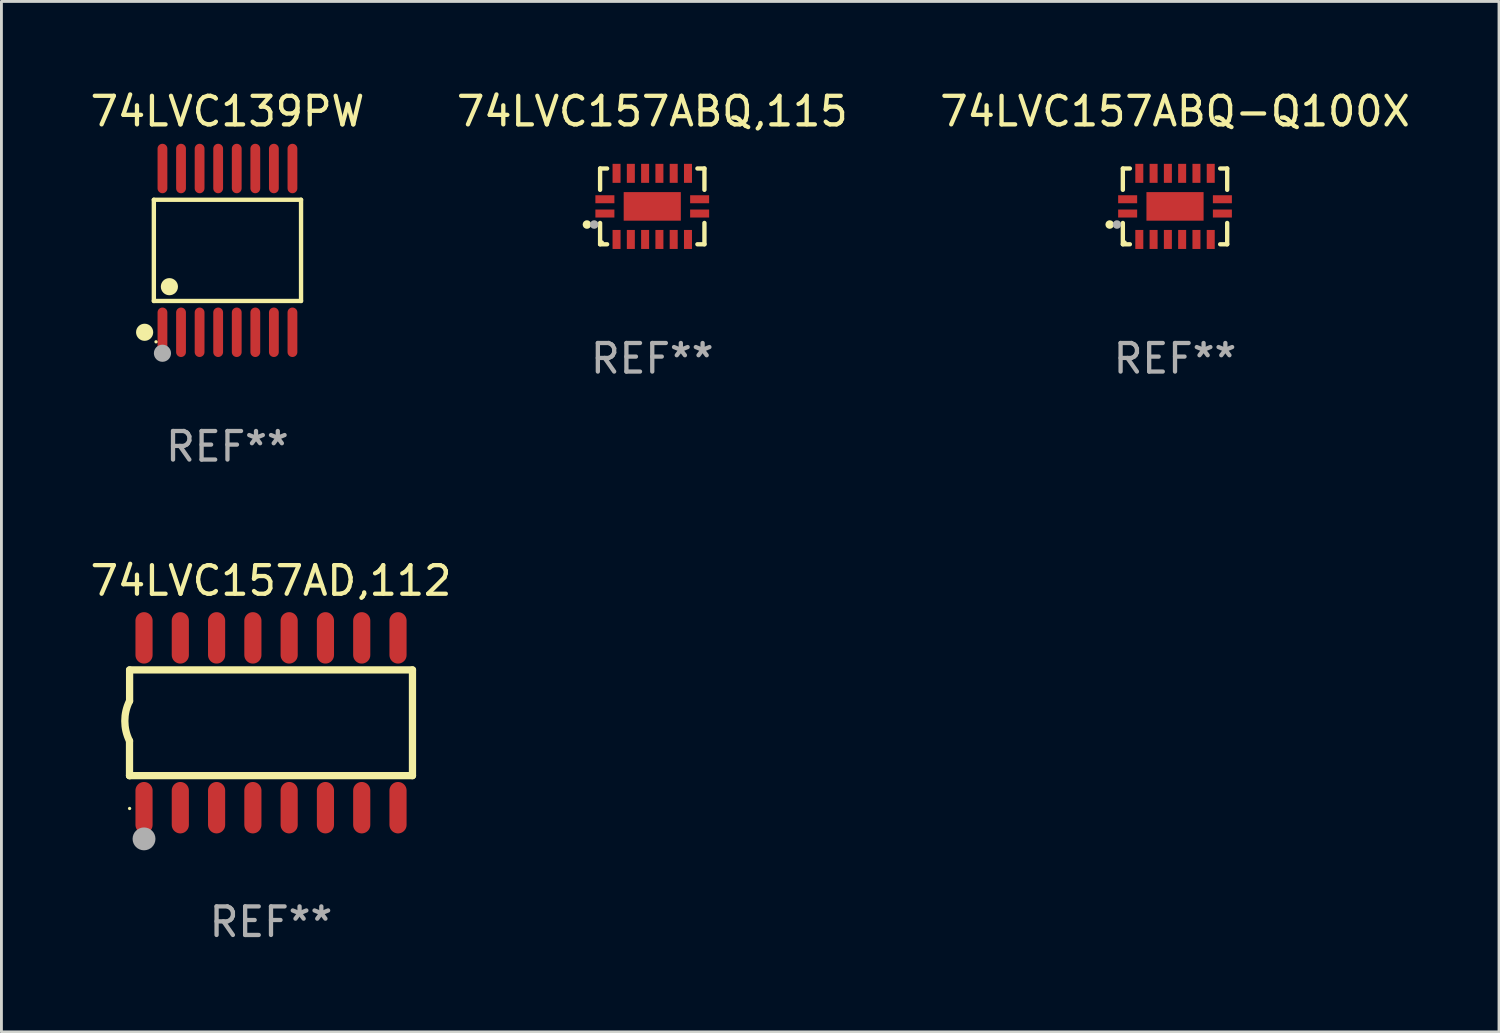
<source format=kicad_pcb>
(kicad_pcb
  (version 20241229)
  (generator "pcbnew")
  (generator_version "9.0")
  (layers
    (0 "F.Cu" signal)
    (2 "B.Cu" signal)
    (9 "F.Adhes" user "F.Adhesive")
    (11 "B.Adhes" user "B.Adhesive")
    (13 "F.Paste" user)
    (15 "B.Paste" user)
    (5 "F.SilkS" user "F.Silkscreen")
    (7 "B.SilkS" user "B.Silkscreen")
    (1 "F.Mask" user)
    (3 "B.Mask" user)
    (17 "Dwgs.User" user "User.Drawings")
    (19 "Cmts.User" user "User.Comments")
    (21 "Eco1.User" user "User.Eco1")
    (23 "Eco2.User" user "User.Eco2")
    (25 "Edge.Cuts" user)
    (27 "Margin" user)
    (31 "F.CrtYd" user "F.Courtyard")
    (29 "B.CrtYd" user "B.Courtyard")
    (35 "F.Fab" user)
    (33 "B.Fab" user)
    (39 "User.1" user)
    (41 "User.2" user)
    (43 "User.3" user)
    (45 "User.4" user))
  (footprint "74LVC157ABQ-Q100X"
    (layer "F.Cu")
    (at 38.077 4.174)
    (property "Reference" "74LVC157ABQ-Q100X" (at 0 -3.326 0) (layer "F.SilkS") (effects (font (size 1 1) (thickness 0.15))))
    (attr through_hole)
    (fp_line (start -1.826 -1.326) (end -1.58 -1.326) (stroke (width 0.152) (type solid)) (layer "F.SilkS"))
    (fp_line (start -1.826 -0.58) (end -1.826 -1.326) (stroke (width 0.152) (type solid)) (layer "F.SilkS"))
    (fp_line (start -1.826 0.58) (end -1.826 1.326) (stroke (width 0.152) (type solid)) (layer "F.SilkS"))
    (fp_line (start -1.826 1.326) (end -1.58 1.326) (stroke (width 0.152) (type solid)) (layer "F.SilkS"))
    (fp_line (start 1.826 -1.326) (end 1.58 -1.326) (stroke (width 0.152) (type solid)) (layer "F.SilkS"))
    (fp_line (start 1.826 -0.58) (end 1.826 -1.326) (stroke (width 0.152) (type solid)) (layer "F.SilkS"))
    (fp_line (start 1.826 0.58) (end 1.826 1.326) (stroke (width 0.152) (type solid)) (layer "F.SilkS"))
    (fp_line (start 1.826 1.326) (end 1.58 1.326) (stroke (width 0.152) (type solid)) (layer "F.SilkS"))
    (fp_circle (center -2.286 0.635) (end -2.211 0.635) (stroke (width 0.15) (type solid)) (fill no) (layer "F.SilkS"))
    (fp_circle (center -1.75 1.25) (end -1.72 1.25) (stroke (width 0.06) (type solid)) (fill no) (layer "F.SilkS"))
    (fp_circle (center -2.032 0.635) (end -1.957 0.635) (stroke (width 0.15) (type solid)) (fill no) (layer "F.Fab"))
    (fp_text user "REF**" (at 0 5.326 0) (layer "F.Fab") (effects (font (size 1 1) (thickness 0.15))))
    (pad "1" smd rect (at -1.658 0.25) (size 0.665 0.28) (layers "F.Cu" "F.Mask" "F.Paste"))
    (pad "2" smd rect (at -1.25 1.157) (size 0.28 0.665) (layers "F.Cu" "F.Mask" "F.Paste"))
    (pad "3" smd rect (at -0.75 1.157) (size 0.28 0.665) (layers "F.Cu" "F.Mask" "F.Paste"))
    (pad "4" smd rect (at -0.25 1.157) (size 0.28 0.665) (layers "F.Cu" "F.Mask" "F.Paste"))
    (pad "5" smd rect (at 0.25 1.157) (size 0.28 0.665) (layers "F.Cu" "F.Mask" "F.Paste"))
    (pad "6" smd rect (at 0.75 1.157) (size 0.28 0.665) (layers "F.Cu" "F.Mask" "F.Paste"))
    (pad "7" smd rect (at 1.25 1.157) (size 0.28 0.665) (layers "F.Cu" "F.Mask" "F.Paste"))
    (pad "8" smd rect (at 1.658 0.25) (size 0.665 0.28) (layers "F.Cu" "F.Mask" "F.Paste"))
    (pad "9" smd rect (at 1.658 -0.25) (size 0.665 0.28) (layers "F.Cu" "F.Mask" "F.Paste"))
    (pad "10" smd rect (at 1.25 -1.157) (size 0.28 0.665) (layers "F.Cu" "F.Mask" "F.Paste"))
    (pad "11" smd rect (at 0.75 -1.157) (size 0.28 0.665) (layers "F.Cu" "F.Mask" "F.Paste"))
    (pad "12" smd rect (at 0.25 -1.157) (size 0.28 0.665) (layers "F.Cu" "F.Mask" "F.Paste"))
    (pad "13" smd rect (at -0.25 -1.157) (size 0.28 0.665) (layers "F.Cu" "F.Mask" "F.Paste"))
    (pad "14" smd rect (at -0.75 -1.157) (size 0.28 0.665) (layers "F.Cu" "F.Mask" "F.Paste"))
    (pad "15" smd rect (at -1.25 -1.157) (size 0.28 0.665) (layers "F.Cu" "F.Mask" "F.Paste"))
    (pad "16" smd rect (at -1.658 -0.25) (size 0.665 0.28) (layers "F.Cu" "F.Mask" "F.Paste"))
    (pad "17" smd rect (at 0 0) (size 2 1) (layers "F.Cu" "F.Mask" "F.Paste")))
  (footprint "74LVC139PW"
    (layer "F.Cu")
    (at 4.911 5.714)
    (property "Reference" "74LVC139PW" (at 0 -4.866 0) (layer "F.SilkS") (effects (font (size 1 1) (thickness 0.15))))
    (attr through_hole)
    (fp_line (start -2.576 -1.772) (end 2.576 -1.772) (stroke (width 0.152) (type solid)) (layer "F.SilkS"))
    (fp_line (start -2.576 1.771) (end -2.576 -1.772) (stroke (width 0.152) (type solid)) (layer "F.SilkS"))
    (fp_line (start 2.576 -1.772) (end 2.576 1.771) (stroke (width 0.152) (type solid)) (layer "F.SilkS"))
    (fp_line (start 2.576 1.771) (end -2.576 1.771) (stroke (width 0.152) (type solid)) (layer "F.SilkS"))
    (fp_circle (center -2.899 2.866) (end -2.749 2.866) (stroke (width 0.3) (type solid)) (fill no) (layer "F.SilkS"))
    (fp_circle (center -2.5 3.2) (end -2.47 3.2) (stroke (width 0.06) (type solid)) (fill no) (layer "F.SilkS"))
    (fp_circle (center -2.032 1.27) (end -1.882 1.27) (stroke (width 0.3) (type solid)) (fill no) (layer "F.SilkS"))
    (fp_circle (center -2.275 3.6) (end -2.125 3.6) (stroke (width 0.3) (type solid)) (fill no) (layer "F.Fab"))
    (fp_text user "REF**" (at 0 6.866 0) (layer "F.Fab") (effects (font (size 1 1) (thickness 0.15))))
    (pad "1" smd oval (at -2.275 2.866) (size 0.343 1.731) (layers "F.Cu" "F.Mask" "F.Paste"))
    (pad "2" smd oval (at -1.625 2.866) (size 0.343 1.731) (layers "F.Cu" "F.Mask" "F.Paste"))
    (pad "3" smd oval (at -0.975 2.866) (size 0.343 1.731) (layers "F.Cu" "F.Mask" "F.Paste"))
    (pad "4" smd oval (at -0.325 2.866) (size 0.343 1.731) (layers "F.Cu" "F.Mask" "F.Paste"))
    (pad "5" smd oval (at 0.325 2.866) (size 0.343 1.731) (layers "F.Cu" "F.Mask" "F.Paste"))
    (pad "6" smd oval (at 0.975 2.866) (size 0.343 1.731) (layers "F.Cu" "F.Mask" "F.Paste"))
    (pad "7" smd oval (at 1.625 2.866) (size 0.343 1.731) (layers "F.Cu" "F.Mask" "F.Paste"))
    (pad "8" smd oval (at 2.275 2.866) (size 0.343 1.731) (layers "F.Cu" "F.Mask" "F.Paste"))
    (pad "9" smd oval (at 2.275 -2.866) (size 0.343 1.731) (layers "F.Cu" "F.Mask" "F.Paste"))
    (pad "10" smd oval (at 1.625 -2.866) (size 0.343 1.731) (layers "F.Cu" "F.Mask" "F.Paste"))
    (pad "11" smd oval (at 0.975 -2.866) (size 0.343 1.731) (layers "F.Cu" "F.Mask" "F.Paste"))
    (pad "12" smd oval (at 0.325 -2.866) (size 0.343 1.731) (layers "F.Cu" "F.Mask" "F.Paste"))
    (pad "13" smd oval (at -0.325 -2.866) (size 0.343 1.731) (layers "F.Cu" "F.Mask" "F.Paste"))
    (pad "14" smd oval (at -0.975 -2.866) (size 0.343 1.731) (layers "F.Cu" "F.Mask" "F.Paste"))
    (pad "15" smd oval (at -1.625 -2.866) (size 0.343 1.731) (layers "F.Cu" "F.Mask" "F.Paste"))
    (pad "16" smd oval (at -2.275 -2.866) (size 0.343 1.731) (layers "F.Cu" "F.Mask" "F.Paste")))
  (footprint "74LVC157AD,112"
    (layer "F.Cu")
    (at 6.435 22.248)
    (property "Reference" "74LVC157AD,112" (at 0 -4.972 0) (layer "F.SilkS") (effects (font (size 1 1) (thickness 0.15))))
    (attr through_hole)
    (fp_line (start -4.952 0.635) (end -4.952 1.85) (stroke (width 0.254) (type solid)) (layer "F.SilkS"))
    (fp_line (start -4.952 1.85) (end -4.949 1.85) (stroke (width 0.254) (type solid)) (layer "F.SilkS"))
    (fp_line (start -4.949 -1.85) (end -4.949 -0.762) (stroke (width 0.254) (type solid)) (layer "F.SilkS"))
    (fp_line (start -4.949 1.85) (end 4.952 1.85) (stroke (width 0.254) (type solid)) (layer "F.SilkS"))
    (fp_line (start 4.952 -1.85) (end -4.949 -1.85) (stroke (width 0.254) (type solid)) (layer "F.SilkS"))
    (fp_line (start 4.952 1.85) (end 4.952 -1.85) (stroke (width 0.254) (type solid)) (layer "F.SilkS"))
    (fp_arc (start -4.951524 0.635001) (mid -5.116418 -0.0635) (end -4.951524 -0.762002) (stroke (width 0.254001) (type solid)) (layer "F.SilkS"))
    (fp_circle (center -4.949 3) (end -4.919 3) (stroke (width 0.06) (type solid)) (fill no) (layer "F.SilkS"))
    (fp_circle (center -4.444 4.064) (end -4.244 4.064) (stroke (width 0.4) (type solid)) (fill no) (layer "F.Fab"))
    (fp_text user "REF**" (at 0 6.972 0) (layer "F.Fab") (effects (font (size 1 1) (thickness 0.15))))
    (pad "1" smd oval (at -4.444 2.972 180) (size 0.6 1.8) (layers "F.Cu" "F.Mask" "F.Paste"))
    (pad "2" smd oval (at -3.174 2.972 180) (size 0.6 1.8) (layers "F.Cu" "F.Mask" "F.Paste"))
    (pad "3" smd oval (at -1.904 2.972 180) (size 0.6 1.8) (layers "F.Cu" "F.Mask" "F.Paste"))
    (pad "4" smd oval (at -0.634 2.972 180) (size 0.6 1.8) (layers "F.Cu" "F.Mask" "F.Paste"))
    (pad "5" smd oval (at 0.636 2.972 180) (size 0.6 1.8) (layers "F.Cu" "F.Mask" "F.Paste"))
    (pad "6" smd oval (at 1.906 2.972 180) (size 0.6 1.8) (layers "F.Cu" "F.Mask" "F.Paste"))
    (pad "7" smd oval (at 3.176 2.972 180) (size 0.6 1.8) (layers "F.Cu" "F.Mask" "F.Paste"))
    (pad "8" smd oval (at 4.446 2.972 180) (size 0.6 1.8) (layers "F.Cu" "F.Mask" "F.Paste"))
    (pad "9" smd oval (at 4.446 -2.972 180) (size 0.6 1.8) (layers "F.Cu" "F.Mask" "F.Paste"))
    (pad "10" smd oval (at 3.176 -2.972 180) (size 0.6 1.8) (layers "F.Cu" "F.Mask" "F.Paste"))
    (pad "11" smd oval (at 1.906 -2.972 180) (size 0.6 1.8) (layers "F.Cu" "F.Mask" "F.Paste"))
    (pad "12" smd oval (at 0.636 -2.972 180) (size 0.6 1.8) (layers "F.Cu" "F.Mask" "F.Paste"))
    (pad "13" smd oval (at -0.634 -2.972 180) (size 0.6 1.8) (layers "F.Cu" "F.Mask" "F.Paste"))
    (pad "14" smd oval (at -1.904 -2.972 180) (size 0.6 1.8) (layers "F.Cu" "F.Mask" "F.Paste"))
    (pad "15" smd oval (at -3.174 -2.972 180) (size 0.6 1.8) (layers "F.Cu" "F.Mask" "F.Paste"))
    (pad "16" smd oval (at -4.444 -2.972 180) (size 0.6 1.8) (layers "F.Cu" "F.Mask" "F.Paste")))
  (footprint "74LVC157ABQ,115"
    (layer "F.Cu")
    (at 19.78 4.174)
    (property "Reference" "74LVC157ABQ,115" (at 0 -3.326 0) (layer "F.SilkS") (effects (font (size 1 1) (thickness 0.15))))
    (attr through_hole)
    (fp_line (start -1.826 -1.326) (end -1.58 -1.326) (stroke (width 0.152) (type solid)) (layer "F.SilkS"))
    (fp_line (start -1.826 -0.58) (end -1.826 -1.326) (stroke (width 0.152) (type solid)) (layer "F.SilkS"))
    (fp_line (start -1.826 0.58) (end -1.826 1.326) (stroke (width 0.152) (type solid)) (layer "F.SilkS"))
    (fp_line (start -1.826 1.326) (end -1.58 1.326) (stroke (width 0.152) (type solid)) (layer "F.SilkS"))
    (fp_line (start 1.826 -1.326) (end 1.58 -1.326) (stroke (width 0.152) (type solid)) (layer "F.SilkS"))
    (fp_line (start 1.826 -0.58) (end 1.826 -1.326) (stroke (width 0.152) (type solid)) (layer "F.SilkS"))
    (fp_line (start 1.826 0.58) (end 1.826 1.326) (stroke (width 0.152) (type solid)) (layer "F.SilkS"))
    (fp_line (start 1.826 1.326) (end 1.58 1.326) (stroke (width 0.152) (type solid)) (layer "F.SilkS"))
    (fp_circle (center -2.286 0.635) (end -2.211 0.635) (stroke (width 0.15) (type solid)) (fill no) (layer "F.SilkS"))
    (fp_circle (center -1.75 1.25) (end -1.72 1.25) (stroke (width 0.06) (type solid)) (fill no) (layer "F.SilkS"))
    (fp_circle (center -2.032 0.635) (end -1.957 0.635) (stroke (width 0.15) (type solid)) (fill no) (layer "F.Fab"))
    (fp_text user "REF**" (at 0 5.326 0) (layer "F.Fab") (effects (font (size 1 1) (thickness 0.15))))
    (pad "1" smd rect (at -1.658 0.25) (size 0.665 0.28) (layers "F.Cu" "F.Mask" "F.Paste"))
    (pad "2" smd rect (at -1.25 1.157) (size 0.28 0.665) (layers "F.Cu" "F.Mask" "F.Paste"))
    (pad "3" smd rect (at -0.75 1.157) (size 0.28 0.665) (layers "F.Cu" "F.Mask" "F.Paste"))
    (pad "4" smd rect (at -0.25 1.157) (size 0.28 0.665) (layers "F.Cu" "F.Mask" "F.Paste"))
    (pad "5" smd rect (at 0.25 1.157) (size 0.28 0.665) (layers "F.Cu" "F.Mask" "F.Paste"))
    (pad "6" smd rect (at 0.75 1.157) (size 0.28 0.665) (layers "F.Cu" "F.Mask" "F.Paste"))
    (pad "7" smd rect (at 1.25 1.157) (size 0.28 0.665) (layers "F.Cu" "F.Mask" "F.Paste"))
    (pad "8" smd rect (at 1.658 0.25) (size 0.665 0.28) (layers "F.Cu" "F.Mask" "F.Paste"))
    (pad "9" smd rect (at 1.658 -0.25) (size 0.665 0.28) (layers "F.Cu" "F.Mask" "F.Paste"))
    (pad "10" smd rect (at 1.25 -1.157) (size 0.28 0.665) (layers "F.Cu" "F.Mask" "F.Paste"))
    (pad "11" smd rect (at 0.75 -1.157) (size 0.28 0.665) (layers "F.Cu" "F.Mask" "F.Paste"))
    (pad "12" smd rect (at 0.25 -1.157) (size 0.28 0.665) (layers "F.Cu" "F.Mask" "F.Paste"))
    (pad "13" smd rect (at -0.25 -1.157) (size 0.28 0.665) (layers "F.Cu" "F.Mask" "F.Paste"))
    (pad "14" smd rect (at -0.75 -1.157) (size 0.28 0.665) (layers "F.Cu" "F.Mask" "F.Paste"))
    (pad "15" smd rect (at -1.25 -1.157) (size 0.28 0.665) (layers "F.Cu" "F.Mask" "F.Paste"))
    (pad "16" smd rect (at -1.658 -0.25) (size 0.665 0.28) (layers "F.Cu" "F.Mask" "F.Paste"))
    (pad "17" smd rect (at 0 0) (size 2 1) (layers "F.Cu" "F.Mask" "F.Paste")))
  (gr_rect
    (start -3 -3)
    (end 49.417 33.068)
    (stroke (width 0.1) (type default))
    (fill no)
    (layer "Edge.Cuts")))
</source>
